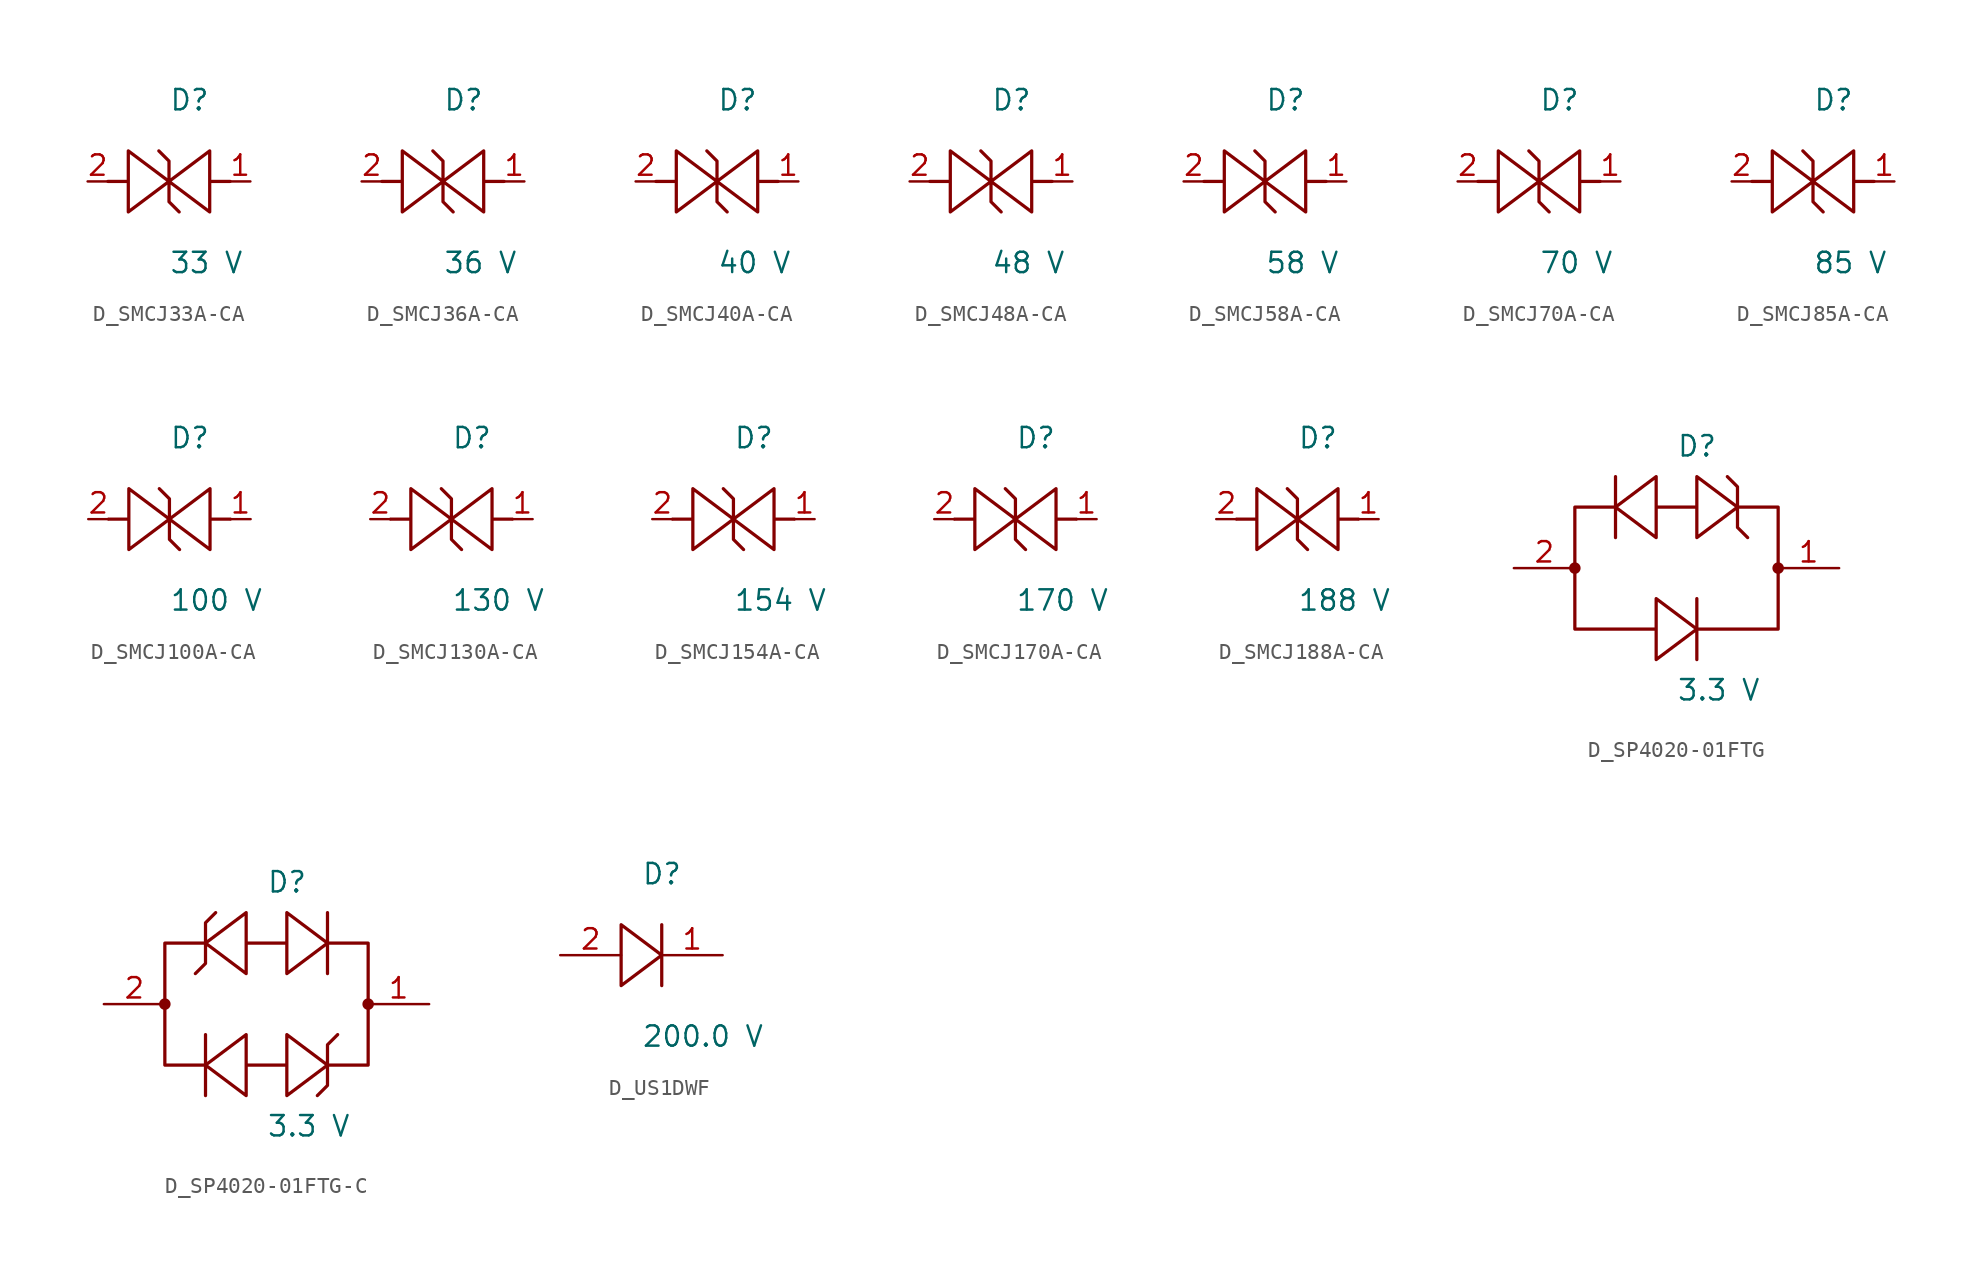
<source format=kicad_sym>
(kicad_symbol_lib
  (version 20231120)
  (generator kicad_symbol_editor)
  (generator_version 8.0)
  (symbol "D_SMCJ33A-CA"
    (pin_names
      (offset 0.254))
    (property "Reference" "D"
      (at 0.0 5.08 0)
      (effects (font (size 1.27 1.27)) (justify left)))
    (property "Value" "33 V"
      (at 0.0 -5.08 0)
      (effects (font (size 1.27 1.27)) (justify left)))
    (symbol "D_SMCJ33A-CA_1_0"
      (polyline (pts (xy 3.81 0) (xy 2.54 0) (xy 2.54 1.905) (xy 0 0) (xy 0 1.27) (xy -0.635 1.905) (xy 0 1.27) (xy 0 0) (xy -2.54 1.905) (xy -2.54 0) (xy -3.81 0) (xy -2.54 0) (xy -2.54 -1.905) (xy 0 0) (xy 0 -1.27) (xy 0.635 -1.905) (xy 0 -1.27) (xy 0 0) (xy 2.54 -1.905) (xy 2.54 0)) (stroke (width 0.203) (type default)) (fill (type none)))
      (pin unspecified line (at 5.08 0 180) (length 1.27) (name "" (effects (font (size 1.27 1.27)))) (number "1" (effects (font (size 1.27 1.27)))))
      (pin unspecified line (at -5.08 0 0) (length 1.27) (name "" (effects (font (size 1.27 1.27)))) (number "2" (effects (font (size 1.27 1.27)))))))
  (symbol "D_SMCJ36A-CA"
    (pin_names
      (offset 0.254))
    (property "Reference" "D"
      (at 0.0 5.08 0)
      (effects (font (size 1.27 1.27)) (justify left)))
    (property "Value" "36 V"
      (at 0.0 -5.08 0)
      (effects (font (size 1.27 1.27)) (justify left)))
    (symbol "D_SMCJ36A-CA_1_0"
      (polyline (pts (xy 3.81 0) (xy 2.54 0) (xy 2.54 1.905) (xy 0 0) (xy 0 1.27) (xy -0.635 1.905) (xy 0 1.27) (xy 0 0) (xy -2.54 1.905) (xy -2.54 0) (xy -3.81 0) (xy -2.54 0) (xy -2.54 -1.905) (xy 0 0) (xy 0 -1.27) (xy 0.635 -1.905) (xy 0 -1.27) (xy 0 0) (xy 2.54 -1.905) (xy 2.54 0)) (stroke (width 0.203) (type default)) (fill (type none)))
      (pin unspecified line (at 5.08 0 180) (length 1.27) (name "" (effects (font (size 1.27 1.27)))) (number "1" (effects (font (size 1.27 1.27)))))
      (pin unspecified line (at -5.08 0 0) (length 1.27) (name "" (effects (font (size 1.27 1.27)))) (number "2" (effects (font (size 1.27 1.27)))))))
  (symbol "D_SMCJ40A-CA"
    (pin_names
      (offset 0.254))
    (property "Reference" "D"
      (at 0.0 5.08 0)
      (effects (font (size 1.27 1.27)) (justify left)))
    (property "Value" "40 V"
      (at 0.0 -5.08 0)
      (effects (font (size 1.27 1.27)) (justify left)))
    (symbol "D_SMCJ40A-CA_1_0"
      (polyline (pts (xy 3.81 0) (xy 2.54 0) (xy 2.54 1.905) (xy 0 0) (xy 0 1.27) (xy -0.635 1.905) (xy 0 1.27) (xy 0 0) (xy -2.54 1.905) (xy -2.54 0) (xy -3.81 0) (xy -2.54 0) (xy -2.54 -1.905) (xy 0 0) (xy 0 -1.27) (xy 0.635 -1.905) (xy 0 -1.27) (xy 0 0) (xy 2.54 -1.905) (xy 2.54 0)) (stroke (width 0.203) (type default)) (fill (type none)))
      (pin unspecified line (at 5.08 0 180) (length 1.27) (name "" (effects (font (size 1.27 1.27)))) (number "1" (effects (font (size 1.27 1.27)))))
      (pin unspecified line (at -5.08 0 0) (length 1.27) (name "" (effects (font (size 1.27 1.27)))) (number "2" (effects (font (size 1.27 1.27)))))))
  (symbol "D_SMCJ48A-CA"
    (pin_names
      (offset 0.254))
    (property "Reference" "D"
      (at 0.0 5.08 0)
      (effects (font (size 1.27 1.27)) (justify left)))
    (property "Value" "48 V"
      (at 0.0 -5.08 0)
      (effects (font (size 1.27 1.27)) (justify left)))
    (symbol "D_SMCJ48A-CA_1_0"
      (polyline (pts (xy 3.81 0) (xy 2.54 0) (xy 2.54 1.905) (xy 0 0) (xy 0 1.27) (xy -0.635 1.905) (xy 0 1.27) (xy 0 0) (xy -2.54 1.905) (xy -2.54 0) (xy -3.81 0) (xy -2.54 0) (xy -2.54 -1.905) (xy 0 0) (xy 0 -1.27) (xy 0.635 -1.905) (xy 0 -1.27) (xy 0 0) (xy 2.54 -1.905) (xy 2.54 0)) (stroke (width 0.203) (type default)) (fill (type none)))
      (pin unspecified line (at 5.08 0 180) (length 1.27) (name "" (effects (font (size 1.27 1.27)))) (number "1" (effects (font (size 1.27 1.27)))))
      (pin unspecified line (at -5.08 0 0) (length 1.27) (name "" (effects (font (size 1.27 1.27)))) (number "2" (effects (font (size 1.27 1.27)))))))
  (symbol "D_SMCJ58A-CA"
    (pin_names
      (offset 0.254))
    (property "Reference" "D"
      (at 0.0 5.08 0)
      (effects (font (size 1.27 1.27)) (justify left)))
    (property "Value" "58 V"
      (at 0.0 -5.08 0)
      (effects (font (size 1.27 1.27)) (justify left)))
    (symbol "D_SMCJ58A-CA_1_0"
      (polyline (pts (xy 3.81 0) (xy 2.54 0) (xy 2.54 1.905) (xy 0 0) (xy 0 1.27) (xy -0.635 1.905) (xy 0 1.27) (xy 0 0) (xy -2.54 1.905) (xy -2.54 0) (xy -3.81 0) (xy -2.54 0) (xy -2.54 -1.905) (xy 0 0) (xy 0 -1.27) (xy 0.635 -1.905) (xy 0 -1.27) (xy 0 0) (xy 2.54 -1.905) (xy 2.54 0)) (stroke (width 0.203) (type default)) (fill (type none)))
      (pin unspecified line (at 5.08 0 180) (length 1.27) (name "" (effects (font (size 1.27 1.27)))) (number "1" (effects (font (size 1.27 1.27)))))
      (pin unspecified line (at -5.08 0 0) (length 1.27) (name "" (effects (font (size 1.27 1.27)))) (number "2" (effects (font (size 1.27 1.27)))))))
  (symbol "D_SMCJ70A-CA"
    (pin_names
      (offset 0.254))
    (property "Reference" "D"
      (at 0.0 5.08 0)
      (effects (font (size 1.27 1.27)) (justify left)))
    (property "Value" "70 V"
      (at 0.0 -5.08 0)
      (effects (font (size 1.27 1.27)) (justify left)))
    (symbol "D_SMCJ70A-CA_1_0"
      (polyline (pts (xy 3.81 0) (xy 2.54 0) (xy 2.54 1.905) (xy 0 0) (xy 0 1.27) (xy -0.635 1.905) (xy 0 1.27) (xy 0 0) (xy -2.54 1.905) (xy -2.54 0) (xy -3.81 0) (xy -2.54 0) (xy -2.54 -1.905) (xy 0 0) (xy 0 -1.27) (xy 0.635 -1.905) (xy 0 -1.27) (xy 0 0) (xy 2.54 -1.905) (xy 2.54 0)) (stroke (width 0.203) (type default)) (fill (type none)))
      (pin unspecified line (at 5.08 0 180) (length 1.27) (name "" (effects (font (size 1.27 1.27)))) (number "1" (effects (font (size 1.27 1.27)))))
      (pin unspecified line (at -5.08 0 0) (length 1.27) (name "" (effects (font (size 1.27 1.27)))) (number "2" (effects (font (size 1.27 1.27)))))))
  (symbol "D_SMCJ85A-CA"
    (pin_names
      (offset 0.254))
    (property "Reference" "D"
      (at 0.0 5.08 0)
      (effects (font (size 1.27 1.27)) (justify left)))
    (property "Value" "85 V"
      (at 0.0 -5.08 0)
      (effects (font (size 1.27 1.27)) (justify left)))
    (symbol "D_SMCJ85A-CA_1_0"
      (polyline (pts (xy 3.81 0) (xy 2.54 0) (xy 2.54 1.905) (xy 0 0) (xy 0 1.27) (xy -0.635 1.905) (xy 0 1.27) (xy 0 0) (xy -2.54 1.905) (xy -2.54 0) (xy -3.81 0) (xy -2.54 0) (xy -2.54 -1.905) (xy 0 0) (xy 0 -1.27) (xy 0.635 -1.905) (xy 0 -1.27) (xy 0 0) (xy 2.54 -1.905) (xy 2.54 0)) (stroke (width 0.203) (type default)) (fill (type none)))
      (pin unspecified line (at 5.08 0 180) (length 1.27) (name "" (effects (font (size 1.27 1.27)))) (number "1" (effects (font (size 1.27 1.27)))))
      (pin unspecified line (at -5.08 0 0) (length 1.27) (name "" (effects (font (size 1.27 1.27)))) (number "2" (effects (font (size 1.27 1.27)))))))
  (symbol "D_SMCJ100A-CA"
    (pin_names
      (offset 0.254))
    (property "Reference" "D"
      (at 0.0 5.08 0)
      (effects (font (size 1.27 1.27)) (justify left)))
    (property "Value" "100 V"
      (at 0.0 -5.08 0)
      (effects (font (size 1.27 1.27)) (justify left)))
    (symbol "D_SMCJ100A-CA_1_0"
      (polyline (pts (xy 3.81 0) (xy 2.54 0) (xy 2.54 1.905) (xy 0 0) (xy 0 1.27) (xy -0.635 1.905) (xy 0 1.27) (xy 0 0) (xy -2.54 1.905) (xy -2.54 0) (xy -3.81 0) (xy -2.54 0) (xy -2.54 -1.905) (xy 0 0) (xy 0 -1.27) (xy 0.635 -1.905) (xy 0 -1.27) (xy 0 0) (xy 2.54 -1.905) (xy 2.54 0)) (stroke (width 0.203) (type default)) (fill (type none)))
      (pin unspecified line (at 5.08 0 180) (length 1.27) (name "" (effects (font (size 1.27 1.27)))) (number "1" (effects (font (size 1.27 1.27)))))
      (pin unspecified line (at -5.08 0 0) (length 1.27) (name "" (effects (font (size 1.27 1.27)))) (number "2" (effects (font (size 1.27 1.27)))))))
  (symbol "D_SMCJ130A-CA"
    (pin_names
      (offset 0.254))
    (property "Reference" "D"
      (at 0.0 5.08 0)
      (effects (font (size 1.27 1.27)) (justify left)))
    (property "Value" "130 V"
      (at 0.0 -5.08 0)
      (effects (font (size 1.27 1.27)) (justify left)))
    (symbol "D_SMCJ130A-CA_1_0"
      (polyline (pts (xy 3.81 0) (xy 2.54 0) (xy 2.54 1.905) (xy 0 0) (xy 0 1.27) (xy -0.635 1.905) (xy 0 1.27) (xy 0 0) (xy -2.54 1.905) (xy -2.54 0) (xy -3.81 0) (xy -2.54 0) (xy -2.54 -1.905) (xy 0 0) (xy 0 -1.27) (xy 0.635 -1.905) (xy 0 -1.27) (xy 0 0) (xy 2.54 -1.905) (xy 2.54 0)) (stroke (width 0.203) (type default)) (fill (type none)))
      (pin unspecified line (at 5.08 0 180) (length 1.27) (name "" (effects (font (size 1.27 1.27)))) (number "1" (effects (font (size 1.27 1.27)))))
      (pin unspecified line (at -5.08 0 0) (length 1.27) (name "" (effects (font (size 1.27 1.27)))) (number "2" (effects (font (size 1.27 1.27)))))))
  (symbol "D_SMCJ154A-CA"
    (pin_names
      (offset 0.254))
    (property "Reference" "D"
      (at 0.0 5.08 0)
      (effects (font (size 1.27 1.27)) (justify left)))
    (property "Value" "154 V"
      (at 0.0 -5.08 0)
      (effects (font (size 1.27 1.27)) (justify left)))
    (symbol "D_SMCJ154A-CA_1_0"
      (polyline (pts (xy 3.81 0) (xy 2.54 0) (xy 2.54 1.905) (xy 0 0) (xy 0 1.27) (xy -0.635 1.905) (xy 0 1.27) (xy 0 0) (xy -2.54 1.905) (xy -2.54 0) (xy -3.81 0) (xy -2.54 0) (xy -2.54 -1.905) (xy 0 0) (xy 0 -1.27) (xy 0.635 -1.905) (xy 0 -1.27) (xy 0 0) (xy 2.54 -1.905) (xy 2.54 0)) (stroke (width 0.203) (type default)) (fill (type none)))
      (pin unspecified line (at 5.08 0 180) (length 1.27) (name "" (effects (font (size 1.27 1.27)))) (number "1" (effects (font (size 1.27 1.27)))))
      (pin unspecified line (at -5.08 0 0) (length 1.27) (name "" (effects (font (size 1.27 1.27)))) (number "2" (effects (font (size 1.27 1.27)))))))
  (symbol "D_SMCJ170A-CA"
    (pin_names
      (offset 0.254))
    (property "Reference" "D"
      (at 0.0 5.08 0)
      (effects (font (size 1.27 1.27)) (justify left)))
    (property "Value" "170 V"
      (at 0.0 -5.08 0)
      (effects (font (size 1.27 1.27)) (justify left)))
    (symbol "D_SMCJ170A-CA_1_0"
      (polyline (pts (xy 3.81 0) (xy 2.54 0) (xy 2.54 1.905) (xy 0 0) (xy 0 1.27) (xy -0.635 1.905) (xy 0 1.27) (xy 0 0) (xy -2.54 1.905) (xy -2.54 0) (xy -3.81 0) (xy -2.54 0) (xy -2.54 -1.905) (xy 0 0) (xy 0 -1.27) (xy 0.635 -1.905) (xy 0 -1.27) (xy 0 0) (xy 2.54 -1.905) (xy 2.54 0)) (stroke (width 0.203) (type default)) (fill (type none)))
      (pin unspecified line (at 5.08 0 180) (length 1.27) (name "" (effects (font (size 1.27 1.27)))) (number "1" (effects (font (size 1.27 1.27)))))
      (pin unspecified line (at -5.08 0 0) (length 1.27) (name "" (effects (font (size 1.27 1.27)))) (number "2" (effects (font (size 1.27 1.27)))))))
  (symbol "D_SMCJ188A-CA"
    (pin_names
      (offset 0.254))
    (property "Reference" "D"
      (at 0.0 5.08 0)
      (effects (font (size 1.27 1.27)) (justify left)))
    (property "Value" "188 V"
      (at 0.0 -5.08 0)
      (effects (font (size 1.27 1.27)) (justify left)))
    (symbol "D_SMCJ188A-CA_1_0"
      (polyline (pts (xy 3.81 0) (xy 2.54 0) (xy 2.54 1.905) (xy 0 0) (xy 0 1.27) (xy -0.635 1.905) (xy 0 1.27) (xy 0 0) (xy -2.54 1.905) (xy -2.54 0) (xy -3.81 0) (xy -2.54 0) (xy -2.54 -1.905) (xy 0 0) (xy 0 -1.27) (xy 0.635 -1.905) (xy 0 -1.27) (xy 0 0) (xy 2.54 -1.905) (xy 2.54 0)) (stroke (width 0.203) (type default)) (fill (type none)))
      (pin unspecified line (at 5.08 0 180) (length 1.27) (name "" (effects (font (size 1.27 1.27)))) (number "1" (effects (font (size 1.27 1.27)))))
      (pin unspecified line (at -5.08 0 0) (length 1.27) (name "" (effects (font (size 1.27 1.27)))) (number "2" (effects (font (size 1.27 1.27)))))))
  (symbol "D_SP4020-01FTG"
    (pin_names
      (offset 0.254))
    (property "Reference" "D"
      (at 0.0 7.62 0)
      (effects (font (size 1.27 1.27)) (justify left)))
    (property "Value" "3.3 V"
      (at 0.0 -7.62 0)
      (effects (font (size 1.27 1.27)) (justify left)))
    (symbol "D_SP4020-01FTG_1_0"
      (polyline (pts (xy 6.35 0) (xy 6.35 -3.81) (xy 1.27 -3.81) (xy 1.27 -5.715) (xy 1.27 -3.81) (xy -1.27 -5.715) (xy -1.27 -3.81) (xy -6.35 -3.81) (xy -6.35 0) (xy -6.35 0) (xy -6.35 -3.81) (xy -1.27 -3.81) (xy -1.27 -1.905) (xy 1.27 -3.81) (xy 1.27 -1.905) (xy 1.27 -3.81) (xy 6.35 -3.81)) (stroke (width 0.203) (type default)) (fill (type none)))
      (polyline (pts (xy -6.35 0) (xy -6.35 3.81) (xy -3.81 3.81) (xy -3.81 5.715) (xy -3.81 3.81) (xy -1.27 5.715) (xy -1.27 3.81) (xy 1.27 3.81) (xy 1.27 5.715) (xy 3.81 3.81) (xy 3.81 5.08) (xy 3.175 5.715) (xy 3.81 5.08) (xy 3.81 3.81) (xy 6.35 3.81) (xy 6.35 0) (xy 6.35 0) (xy 6.35 3.81) (xy 3.81 3.81) (xy 3.81 2.54) (xy 4.445 1.905) (xy 3.81 2.54) (xy 3.81 3.81) (xy 1.27 1.905) (xy 1.27 3.81) (xy -1.27 3.81) (xy -1.27 1.905) (xy -3.81 3.81) (xy -3.81 1.905) (xy -3.81 3.81) (xy -6.35 3.81)) (stroke (width 0.203) (type default)) (fill (type none)))
      (circle (center -6.35 0) (radius 0.284) (stroke (width 0) (type default)) (fill (type outline)))
      (circle (center 6.35 0) (radius 0.284) (stroke (width 0) (type default)) (fill (type outline)))
      (pin unspecified line (at 10.16 0 180) (length 3.81) (name "" (effects (font (size 1.27 1.27)))) (number "1" (effects (font (size 1.27 1.27)))))
      (pin unspecified line (at -10.16 0 0) (length 3.81) (name "" (effects (font (size 1.27 1.27)))) (number "2" (effects (font (size 1.27 1.27)))))))
  (symbol "D_SP4020-01FTG-C"
    (pin_names
      (offset 0.254))
    (property "Reference" "D"
      (at 0.0 7.62 0)
      (effects (font (size 1.27 1.27)) (justify left)))
    (property "Value" "3.3 V"
      (at 0.0 -7.62 0)
      (effects (font (size 1.27 1.27)) (justify left)))
    (symbol "D_SP4020-01FTG-C_1_0"
      (polyline (pts (xy -6.35 0) (xy -6.35 -3.81) (xy -3.81 -3.81) (xy -3.81 -5.715) (xy -3.81 -3.81) (xy -1.27 -5.715) (xy -1.27 -3.81) (xy 1.27 -3.81) (xy 1.27 -5.715) (xy 3.81 -3.81) (xy 3.81 -5.08) (xy 3.175 -5.715) (xy 3.81 -5.08) (xy 3.81 -3.81) (xy 6.35 -3.81) (xy 6.35 0) (xy 6.35 0) (xy 6.35 -3.81) (xy 3.81 -3.81) (xy 3.81 -2.54) (xy 4.445 -1.905) (xy 3.81 -2.54) (xy 3.81 -3.81) (xy 1.27 -1.905) (xy 1.27 -3.81) (xy -1.27 -3.81) (xy -1.27 -1.905) (xy -3.81 -3.81) (xy -3.81 -1.905) (xy -3.81 -3.81) (xy -6.35 -3.81)) (stroke (width 0.203) (type default)) (fill (type none)))
      (polyline (pts (xy 6.35 0) (xy 6.35 3.81) (xy 3.81 3.81) (xy 3.81 5.715) (xy 3.81 3.81) (xy 1.27 5.715) (xy 1.27 3.81) (xy -1.27 3.81) (xy -1.27 5.715) (xy -3.81 3.81) (xy -3.81 5.08) (xy -3.175 5.715) (xy -3.81 5.08) (xy -3.81 3.81) (xy -6.35 3.81) (xy -6.35 0) (xy -6.35 0) (xy -6.35 3.81) (xy -3.81 3.81) (xy -3.81 2.54) (xy -4.445 1.905) (xy -3.81 2.54) (xy -3.81 3.81) (xy -1.27 1.905) (xy -1.27 3.81) (xy 1.27 3.81) (xy 1.27 1.905) (xy 3.81 3.81) (xy 3.81 1.905) (xy 3.81 3.81) (xy 6.35 3.81)) (stroke (width 0.203) (type default)) (fill (type none)))
      (circle (center -6.35 0) (radius 0.284) (stroke (width 0) (type default)) (fill (type outline)))
      (circle (center 6.35 0) (radius 0.284) (stroke (width 0) (type default)) (fill (type outline)))
      (pin unspecified line (at 10.16 0 180) (length 3.81) (name "" (effects (font (size 1.27 1.27)))) (number "1" (effects (font (size 1.27 1.27)))))
      (pin unspecified line (at -10.16 0 0) (length 3.81) (name "" (effects (font (size 1.27 1.27)))) (number "2" (effects (font (size 1.27 1.27)))))))
  (symbol "D_US1DWF"
    (pin_names
      (offset 0.254))
    (property "Reference" "D"
      (at 0.0 5.08 0)
      (effects (font (size 1.27 1.27)) (justify left)))
    (property "Value" "200.0 V"
      (at 0.0 -5.08 0)
      (effects (font (size 1.27 1.27)) (justify left)))
    (symbol "D_US1DWF_1_0"
      (polyline (pts (xy 1.27 1.905) (xy 1.27 0) (xy -1.27 1.905) (xy -1.27 -1.905) (xy 1.27 0) (xy 1.27 -1.905)) (stroke (width 0.203) (type default)) (fill (type none)))
      (pin unspecified line (at 5.08 0 180) (length 3.81) (name "" (effects (font (size 1.27 1.27)))) (number "1" (effects (font (size 1.27 1.27)))))
      (pin unspecified line (at -5.08 0 0) (length 3.81) (name "" (effects (font (size 1.27 1.27)))) (number "2" (effects (font (size 1.27 1.27))))))))
</source>
